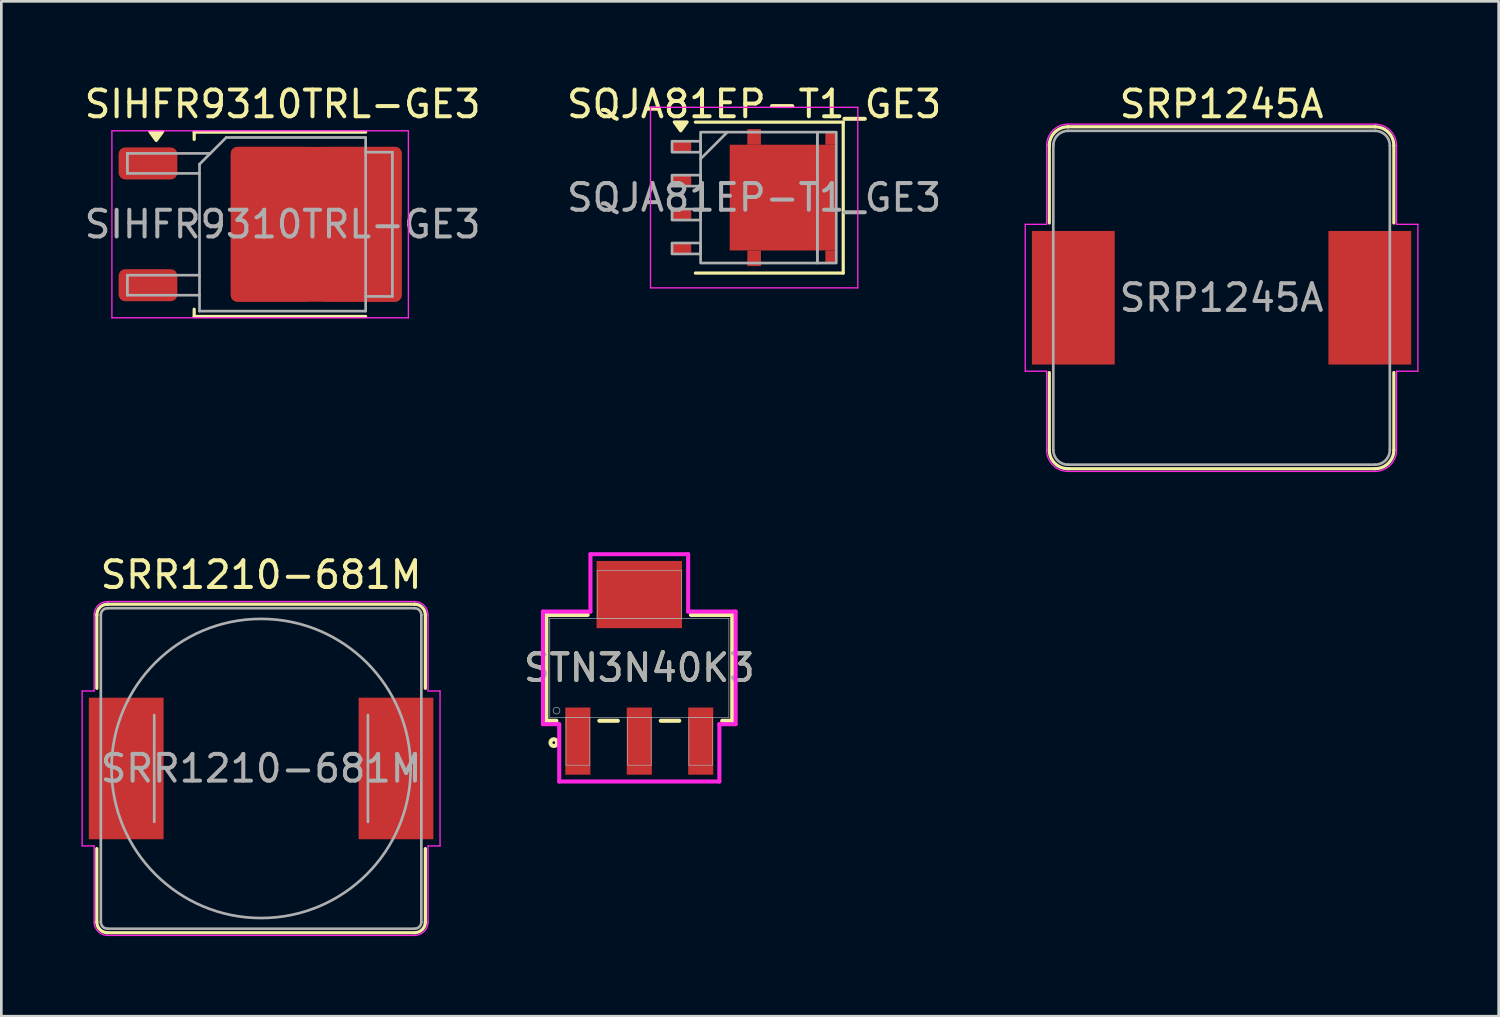
<source format=kicad_pcb>
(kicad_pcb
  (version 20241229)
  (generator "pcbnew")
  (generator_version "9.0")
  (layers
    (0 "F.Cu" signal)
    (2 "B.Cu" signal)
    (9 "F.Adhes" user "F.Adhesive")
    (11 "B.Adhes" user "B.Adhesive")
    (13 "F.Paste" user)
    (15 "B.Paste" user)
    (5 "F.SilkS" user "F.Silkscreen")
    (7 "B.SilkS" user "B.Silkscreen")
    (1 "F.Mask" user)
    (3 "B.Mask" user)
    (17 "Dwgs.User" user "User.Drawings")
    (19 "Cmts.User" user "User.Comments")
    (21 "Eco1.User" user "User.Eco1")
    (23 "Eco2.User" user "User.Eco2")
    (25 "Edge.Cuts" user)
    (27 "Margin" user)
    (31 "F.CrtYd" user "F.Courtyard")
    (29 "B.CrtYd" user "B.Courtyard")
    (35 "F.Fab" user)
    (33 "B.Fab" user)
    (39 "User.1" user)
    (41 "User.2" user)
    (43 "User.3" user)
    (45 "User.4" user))
  (footprint "SQJA81EP-T1_GE3"
    (layer "F.Cu")
    (at 25.185 4.348)
    (property "Reference" "SQJA81EP-T1_GE3" (at 0 -3.5 0) (layer "F.SilkS") (effects (font (size 1 1) (thickness 0.15))))
    (attr smd)
    (fp_line (start -2.2 -2.825) (end 3.335 -2.825) (stroke (width 0.12) (type solid)) (layer "F.SilkS"))
    (fp_line (start -2.2 2.825) (end 3.335 2.825) (stroke (width 0.12) (type solid)) (layer "F.SilkS"))
    (fp_line (start 3.335 -2.825) (end 3.335 2.825) (stroke (width 0.12) (type solid)) (layer "F.SilkS"))
    (fp_poly (pts (xy -2.75 -2.5) (xy -2.51 -2.83) (xy -2.99 -2.83) (xy -2.75 -2.5)) (stroke (width 0.12) (type solid)) (fill yes) (layer "F.SilkS"))
    (fp_line (start -3.88 -3.38) (end -3.88 3.38) (stroke (width 0.05) (type solid)) (layer "F.CrtYd"))
    (fp_line (start -3.88 -3.38) (end 3.88 -3.38) (stroke (width 0.05) (type solid)) (layer "F.CrtYd"))
    (fp_line (start -3.88 3.38) (end 3.88 3.38) (stroke (width 0.05) (type solid)) (layer "F.CrtYd"))
    (fp_line (start 3.88 -3.38) (end 3.88 3.38) (stroke (width 0.05) (type solid)) (layer "F.CrtYd"))
    (fp_line (start -2.005 -1.45) (end -1.005 -2.45) (stroke (width 0.1) (type default)) (layer "F.Fab"))
    (fp_rect (start -3.075 -2.11) (end -2.005 -1.7) (stroke (width 0.1) (type default)) (fill no) (layer "F.Fab"))
    (fp_rect (start -3.075 -0.84) (end -2.005 -0.43) (stroke (width 0.1) (type default)) (fill no) (layer "F.Fab"))
    (fp_rect (start -3.075 0.43) (end -2.005 0.84) (stroke (width 0.1) (type default)) (fill no) (layer "F.Fab"))
    (fp_rect (start -3.075 1.7) (end -2.005 2.11) (stroke (width 0.1) (type default)) (fill no) (layer "F.Fab"))
    (fp_rect (start -2.005 -2.45) (end 2.365 2.45) (stroke (width 0.1) (type default)) (fill no) (layer "F.Fab"))
    (fp_rect (start 2.365 -2.45) (end 3.075 2.45) (stroke (width 0.1) (type default)) (fill no) (layer "F.Fab"))
    (fp_text user "${REFERENCE}" (at 0 0 0) (layer "F.Fab") (effects (font (size 1 1) (thickness 0.15))))
    (pad "" smd roundrect (at 0.107 -0.965) (size 1.645 1.63) (layers "F.Paste") (roundrect_rratio 0.25))
    (pad "" smd roundrect (at 0.107 0.965) (size 1.645 1.63) (layers "F.Paste") (roundrect_rratio 0.25))
    (pad "" smd roundrect (at 2.053 -0.965) (size 1.645 1.63) (layers "F.Paste") (roundrect_rratio 0.25))
    (pad "" smd roundrect (at 2.053 0.965) (size 1.645 1.63) (layers "F.Paste") (roundrect_rratio 0.25))
    (pad "1" smd rect (at 0 -2.272) (size 0.51 0.585) (layers "F.Cu" "F.Mask" "F.Paste"))
    (pad "1" smd rect (at 0 2.272) (size 0.51 0.585) (layers "F.Cu" "F.Mask" "F.Paste"))
    (pad "1" smd rect (at 1.08 0) (size 3.99 3.96) (layers "F.Cu" "F.Mask"))
    (pad "1" smd rect (at 2.87 -2.215) (size 0.41 0.47) (layers "F.Cu" "F.Mask" "F.Paste"))
    (pad "1" smd rect (at 2.87 2.215) (size 0.41 0.47) (layers "F.Cu" "F.Mask" "F.Paste"))
    (pad "2" smd roundrect (at -2.715 1.905) (size 0.72 0.41) (layers "F.Cu" "F.Mask" "F.Paste") (roundrect_rratio 0.25))
    (pad "3" smd roundrect (at -2.715 -1.905) (size 0.72 0.41) (layers "F.Cu" "F.Mask" "F.Paste") (roundrect_rratio 0.25))
    (pad "3" smd roundrect (at -2.715 -0.635) (size 0.72 0.41) (layers "F.Cu" "F.Mask" "F.Paste") (roundrect_rratio 0.25))
    (pad "3" smd roundrect (at -2.715 0.635) (size 0.72 0.41) (layers "F.Cu" "F.Mask" "F.Paste") (roundrect_rratio 0.25)))
  (footprint "SRR1210-681M"
    (layer "F.Cu")
    (at 6.725 25.721)
    (property "Reference" "SRR1210-681M" (at 0 -7.25 0) (layer "F.SilkS") (effects (font (size 1 1) (thickness 0.15))))
    (attr smd)
    (fp_line (start -6.15 -5.75) (end -6.15 -3) (stroke (width 0.12) (type solid)) (layer "F.SilkS"))
    (fp_line (start -6.15 3) (end -6.15 5.75) (stroke (width 0.12) (type solid)) (layer "F.SilkS"))
    (fp_line (start -5.75 -6.15) (end 5.75 -6.15) (stroke (width 0.12) (type solid)) (layer "F.SilkS"))
    (fp_line (start 5.75 6.15) (end -5.75 6.15) (stroke (width 0.12) (type solid)) (layer "F.SilkS"))
    (fp_line (start 6.15 -5.75) (end 6.15 -3) (stroke (width 0.12) (type solid)) (layer "F.SilkS"))
    (fp_line (start 6.15 3) (end 6.15 5.75) (stroke (width 0.12) (type solid)) (layer "F.SilkS"))
    (fp_arc (start -6.15 -5.75) (mid -6.032843 -6.032843) (end -5.75 -6.15) (stroke (width 0.12) (type solid)) (layer "F.SilkS"))
    (fp_arc (start -5.75 6.15) (mid -6.032843 6.032843) (end -6.15 5.75) (stroke (width 0.12) (type solid)) (layer "F.SilkS"))
    (fp_arc (start 5.75 -6.15) (mid 6.032843 -6.032843) (end 6.15 -5.75) (stroke (width 0.12) (type solid)) (layer "F.SilkS"))
    (fp_arc (start 6.15 5.75) (mid 6.032843 6.032843) (end 5.75 6.15) (stroke (width 0.12) (type solid)) (layer "F.SilkS"))
    (fp_line (start -6.7 -2.9) (end -6.7 2.9) (stroke (width 0.05) (type solid)) (layer "F.CrtYd"))
    (fp_line (start -6.7 -2.9) (end -6.25 -2.9) (stroke (width 0.05) (type solid)) (layer "F.CrtYd"))
    (fp_line (start -6.25 -5.75) (end -6.25 -2.9) (stroke (width 0.05) (type solid)) (layer "F.CrtYd"))
    (fp_line (start -6.25 2.9) (end -6.7 2.9) (stroke (width 0.05) (type solid)) (layer "F.CrtYd"))
    (fp_line (start -6.25 5.75) (end -6.25 2.9) (stroke (width 0.05) (type solid)) (layer "F.CrtYd"))
    (fp_line (start -5.75 -6.25) (end 5.75 -6.25) (stroke (width 0.05) (type solid)) (layer "F.CrtYd"))
    (fp_line (start 5.75 6.25) (end -5.75 6.25) (stroke (width 0.05) (type solid)) (layer "F.CrtYd"))
    (fp_line (start 6.25 -5.75) (end 6.25 -2.9) (stroke (width 0.05) (type solid)) (layer "F.CrtYd"))
    (fp_line (start 6.25 2.9) (end 6.25 5.75) (stroke (width 0.05) (type solid)) (layer "F.CrtYd"))
    (fp_line (start 6.7 -2.9) (end 6.25 -2.9) (stroke (width 0.05) (type solid)) (layer "F.CrtYd"))
    (fp_line (start 6.7 -2.9) (end 6.7 2.9) (stroke (width 0.05) (type solid)) (layer "F.CrtYd"))
    (fp_line (start 6.7 2.9) (end 6.25 2.9) (stroke (width 0.05) (type solid)) (layer "F.CrtYd"))
    (fp_arc (start -6.25 -5.75) (mid -6.103553 -6.103553) (end -5.75 -6.25) (stroke (width 0.05) (type solid)) (layer "F.CrtYd"))
    (fp_arc (start -5.75 6.25) (mid -6.103553 6.103553) (end -6.25 5.75) (stroke (width 0.05) (type solid)) (layer "F.CrtYd"))
    (fp_arc (start 5.75 -6.25) (mid 6.103553 -6.103553) (end 6.25 -5.75) (stroke (width 0.05) (type solid)) (layer "F.CrtYd"))
    (fp_arc (start 6.25 5.75) (mid 6.103553 6.103553) (end 5.75 6.25) (stroke (width 0.05) (type solid)) (layer "F.CrtYd"))
    (fp_line (start -6 -5.75) (end -6 5.75) (stroke (width 0.1) (type solid)) (layer "F.Fab"))
    (fp_line (start -5.75 -6) (end 5.75 -6) (stroke (width 0.1) (type solid)) (layer "F.Fab"))
    (fp_line (start -4 2) (end -4 -2) (stroke (width 0.1) (type solid)) (layer "F.Fab"))
    (fp_line (start 4 -2) (end 4 2) (stroke (width 0.1) (type solid)) (layer "F.Fab"))
    (fp_line (start 5.75 6) (end -5.75 6) (stroke (width 0.1) (type solid)) (layer "F.Fab"))
    (fp_line (start 6 -5.75) (end 6 5.75) (stroke (width 0.1) (type solid)) (layer "F.Fab"))
    (fp_arc (start -6 -5.75) (mid -5.926777 -5.926777) (end -5.75 -6) (stroke (width 0.1) (type solid)) (layer "F.Fab"))
    (fp_arc (start -5.75 6) (mid -5.926777 5.926777) (end -6 5.75) (stroke (width 0.1) (type solid)) (layer "F.Fab"))
    (fp_arc (start 5.75 -6) (mid 5.926777 -5.926777) (end 6 -5.75) (stroke (width 0.1) (type solid)) (layer "F.Fab"))
    (fp_arc (start 6 5.75) (mid 5.926777 5.926777) (end 5.75 6) (stroke (width 0.1) (type solid)) (layer "F.Fab"))
    (fp_circle (center 0 0) (end 0 -5.6) (stroke (width 0.1) (type solid)) (fill no) (layer "F.Fab"))
    (fp_text user "${REFERENCE}" (at 0 0 0) (layer "F.Fab") (effects (font (size 1 1) (thickness 0.15))))
    (pad "1" smd rect (at -5.05 0) (size 2.8 5.3) (layers "F.Cu" "F.Mask" "F.Paste"))
    (pad "2" smd rect (at 5.05 0) (size 2.8 5.3) (layers "F.Cu" "F.Mask" "F.Paste")))
  (footprint "SIHFR9310TRL-GE3"
    (layer "F.Cu")
    (at 7.53 5.348)
    (property "Reference" "SIHFR9310TRL-GE3" (at 0 -4.5 0) (layer "F.SilkS") (effects (font (size 1 1) (thickness 0.15))))
    (attr smd)
    (fp_line (start -3.31 -3.45) (end -3.31 -3.18) (stroke (width 0.12) (type solid)) (layer "F.SilkS"))
    (fp_line (start -3.31 3.45) (end -3.31 3.18) (stroke (width 0.12) (type solid)) (layer "F.SilkS"))
    (fp_line (start 3.11 -3.45) (end -3.31 -3.45) (stroke (width 0.12) (type solid)) (layer "F.SilkS"))
    (fp_line (start 3.11 3.45) (end -3.31 3.45) (stroke (width 0.12) (type solid)) (layer "F.SilkS"))
    (fp_poly (pts (xy -4.73 -3.14) (xy -4.97 -3.47) (xy -4.49 -3.47) (xy -4.73 -3.14)) (stroke (width 0.12) (type solid)) (fill yes) (layer "F.SilkS"))
    (fp_line (start -6.39 -3.5) (end -6.39 3.5) (stroke (width 0.05) (type solid)) (layer "F.CrtYd"))
    (fp_line (start -6.39 3.5) (end 4.71 3.5) (stroke (width 0.05) (type solid)) (layer "F.CrtYd"))
    (fp_line (start 4.71 -3.5) (end -6.39 -3.5) (stroke (width 0.05) (type solid)) (layer "F.CrtYd"))
    (fp_line (start 4.71 3.5) (end 4.71 -3.5) (stroke (width 0.05) (type solid)) (layer "F.CrtYd"))
    (fp_line (start -5.81 -2.655) (end -5.81 -1.905) (stroke (width 0.1) (type solid)) (layer "F.Fab"))
    (fp_line (start -5.81 -1.905) (end -3.11 -1.905) (stroke (width 0.1) (type solid)) (layer "F.Fab"))
    (fp_line (start -5.81 1.905) (end -5.81 2.655) (stroke (width 0.1) (type solid)) (layer "F.Fab"))
    (fp_line (start -5.81 2.655) (end -3.11 2.655) (stroke (width 0.1) (type solid)) (layer "F.Fab"))
    (fp_line (start -3.11 -2.25) (end -2.11 -3.25) (stroke (width 0.1) (type solid)) (layer "F.Fab"))
    (fp_line (start -3.11 1.905) (end -5.81 1.905) (stroke (width 0.1) (type solid)) (layer "F.Fab"))
    (fp_line (start -3.11 3.25) (end -3.11 -2.25) (stroke (width 0.1) (type solid)) (layer "F.Fab"))
    (fp_line (start -2.705 -2.655) (end -5.81 -2.655) (stroke (width 0.1) (type solid)) (layer "F.Fab"))
    (fp_line (start -2.11 -3.25) (end 3.11 -3.25) (stroke (width 0.1) (type solid)) (layer "F.Fab"))
    (fp_line (start 3.11 -3.25) (end 3.11 3.25) (stroke (width 0.1) (type solid)) (layer "F.Fab"))
    (fp_line (start 3.11 -2.7) (end 4.11 -2.7) (stroke (width 0.1) (type solid)) (layer "F.Fab"))
    (fp_line (start 3.11 3.25) (end -3.11 3.25) (stroke (width 0.1) (type solid)) (layer "F.Fab"))
    (fp_line (start 4.11 -2.7) (end 4.11 2.7) (stroke (width 0.1) (type solid)) (layer "F.Fab"))
    (fp_line (start 4.11 2.7) (end 3.11 2.7) (stroke (width 0.1) (type solid)) (layer "F.Fab"))
    (fp_text user "${REFERENCE}" (at 0 0 0) (layer "F.Fab") (effects (font (size 1 1) (thickness 0.15))))
    (pad "1" smd roundrect (at -0.415 -1.525) (size 3.05 2.75) (layers "F.Cu" "F.Paste") (roundrect_rratio 0.091))
    (pad "1" smd roundrect (at -0.415 1.525) (size 3.05 2.75) (layers "F.Cu" "F.Paste") (roundrect_rratio 0.091))
    (pad "1" smd roundrect (at 1.26 0) (size 6.4 5.8) (layers "F.Cu" "F.Mask") (roundrect_rratio 0.043))
    (pad "1" smd roundrect (at 2.935 -1.525) (size 3.05 2.75) (layers "F.Cu" "F.Paste") (roundrect_rratio 0.091))
    (pad "1" smd roundrect (at 2.935 1.525) (size 3.05 2.75) (layers "F.Cu" "F.Paste") (roundrect_rratio 0.091))
    (pad "2" smd roundrect (at -5.04 -2.28) (size 2.2 1.2) (layers "F.Cu" "F.Mask" "F.Paste") (roundrect_rratio 0.208))
    (pad "3" smd roundrect (at -5.04 2.28) (size 2.2 1.2) (layers "F.Cu" "F.Mask" "F.Paste") (roundrect_rratio 0.208)))
  (footprint "SRP1245A"
    (layer "F.Cu")
    (at 42.685 8.098)
    (property "Reference" "SRP1245A" (at 0 -7.25 0) (layer "F.SilkS") (effects (font (size 1 1) (thickness 0.15))))
    (attr smd)
    (fp_line (start -6.45 -5.75) (end -6.45 -2.8) (stroke (width 0.12) (type solid)) (layer "F.SilkS"))
    (fp_line (start -6.45 2.8) (end -6.45 5.7) (stroke (width 0.12) (type solid)) (layer "F.SilkS"))
    (fp_line (start -5.75 -6.4) (end 5.75 -6.4) (stroke (width 0.12) (type solid)) (layer "F.SilkS"))
    (fp_line (start 5.75 6.4) (end -5.75 6.4) (stroke (width 0.12) (type solid)) (layer "F.SilkS"))
    (fp_line (start 6.45 -5.7) (end 6.45 -2.8) (stroke (width 0.12) (type solid)) (layer "F.SilkS"))
    (fp_line (start 6.45 2.8) (end 6.45 5.7) (stroke (width 0.12) (type solid)) (layer "F.SilkS"))
    (fp_arc (start -6.45 -5.7) (mid -6.244975 -6.194975) (end -5.75 -6.4) (stroke (width 0.12) (type solid)) (layer "F.SilkS"))
    (fp_arc (start -5.75 6.4) (mid -6.244975 6.194975) (end -6.45 5.7) (stroke (width 0.12) (type solid)) (layer "F.SilkS"))
    (fp_arc (start 5.75 -6.4) (mid 6.244975 -6.194975) (end 6.45 -5.7) (stroke (width 0.12) (type solid)) (layer "F.SilkS"))
    (fp_arc (start 6.45 5.7) (mid 6.244975 6.194975) (end 5.75 6.4) (stroke (width 0.12) (type solid)) (layer "F.SilkS"))
    (fp_line (start -7.35 -2.75) (end -6.55 -2.75) (stroke (width 0.05) (type solid)) (layer "F.CrtYd"))
    (fp_line (start -7.35 2.75) (end -7.35 -2.75) (stroke (width 0.05) (type solid)) (layer "F.CrtYd"))
    (fp_line (start -7.35 2.75) (end -6.55 2.75) (stroke (width 0.05) (type solid)) (layer "F.CrtYd"))
    (fp_line (start -6.55 -2.75) (end -6.55 -5.7) (stroke (width 0.05) (type solid)) (layer "F.CrtYd"))
    (fp_line (start -6.55 5.7) (end -6.55 2.75) (stroke (width 0.05) (type solid)) (layer "F.CrtYd"))
    (fp_line (start -5.75 -6.5) (end 5.75 -6.5) (stroke (width 0.05) (type solid)) (layer "F.CrtYd"))
    (fp_line (start 5.75 6.5) (end -5.75 6.5) (stroke (width 0.05) (type solid)) (layer "F.CrtYd"))
    (fp_line (start 6.55 -5.7) (end 6.55 -2.75) (stroke (width 0.05) (type solid)) (layer "F.CrtYd"))
    (fp_line (start 6.55 2.75) (end 6.55 5.7) (stroke (width 0.05) (type solid)) (layer "F.CrtYd"))
    (fp_line (start 7.35 -2.75) (end 6.55 -2.75) (stroke (width 0.05) (type solid)) (layer "F.CrtYd"))
    (fp_line (start 7.35 -2.75) (end 7.35 2.75) (stroke (width 0.05) (type solid)) (layer "F.CrtYd"))
    (fp_line (start 7.35 2.75) (end 6.55 2.75) (stroke (width 0.05) (type solid)) (layer "F.CrtYd"))
    (fp_arc (start -6.55 -5.7) (mid -6.315685 -6.265685) (end -5.75 -6.5) (stroke (width 0.05) (type solid)) (layer "F.CrtYd"))
    (fp_arc (start -5.75 6.5) (mid -6.315685 6.265685) (end -6.55 5.7) (stroke (width 0.05) (type solid)) (layer "F.CrtYd"))
    (fp_arc (start 5.75 -6.5) (mid 6.315685 -6.265685) (end 6.55 -5.7) (stroke (width 0.05) (type solid)) (layer "F.CrtYd"))
    (fp_arc (start 6.55 5.7) (mid 6.315685 6.265685) (end 5.75 6.5) (stroke (width 0.05) (type solid)) (layer "F.CrtYd"))
    (fp_line (start -6.3 -5.75) (end -6.3 5.7) (stroke (width 0.1) (type solid)) (layer "F.Fab"))
    (fp_line (start -5.75 -6.25) (end 5.75 -6.25) (stroke (width 0.1) (type solid)) (layer "F.Fab"))
    (fp_line (start 5.75 6.25) (end -5.75 6.25) (stroke (width 0.1) (type solid)) (layer "F.Fab"))
    (fp_line (start 6.3 -5.7) (end 6.3 5.7) (stroke (width 0.1) (type solid)) (layer "F.Fab"))
    (fp_arc (start -6.3 -5.7) (mid -6.138909 -6.088909) (end -5.75 -6.25) (stroke (width 0.1) (type solid)) (layer "F.Fab"))
    (fp_arc (start -5.75 6.25) (mid -6.138909 6.088909) (end -6.3 5.7) (stroke (width 0.1) (type solid)) (layer "F.Fab"))
    (fp_arc (start 5.75 -6.25) (mid 6.138909 -6.088909) (end 6.3 -5.7) (stroke (width 0.1) (type solid)) (layer "F.Fab"))
    (fp_arc (start 6.3 5.7) (mid 6.138909 6.088909) (end 5.75 6.25) (stroke (width 0.1) (type solid)) (layer "F.Fab"))
    (fp_text user "${REFERENCE}" (at 0 0 0) (layer "F.Fab") (effects (font (size 1 1) (thickness 0.15))))
    (pad "1" smd rect (at -5.55 0) (size 3.1 5) (layers "F.Cu" "F.Mask" "F.Paste"))
    (pad "2" smd rect (at 5.55 0) (size 3.1 5) (layers "F.Cu" "F.Mask" "F.Paste")))
  (footprint "STN3N40K3"
    (layer "F.Cu")
    (at 20.885 21.954)
    (property "Reference" "STN3N40K3" (at 0 0 0) (unlocked yes) (layer "F.SilkS") (effects (font (size 1 1) (thickness 0.15))))
    (attr smd)
    (fp_line (start -3.48 -1.981) (end -3.48 1.981) (stroke (width 0.152) (type solid)) (layer "F.SilkS"))
    (fp_line (start -3.48 1.981) (end -3.103 1.981) (stroke (width 0.152) (type solid)) (layer "F.SilkS"))
    (fp_line (start -1.933 -1.981) (end -3.48 -1.981) (stroke (width 0.152) (type solid)) (layer "F.SilkS"))
    (fp_line (start -1.497 1.981) (end -0.803 1.981) (stroke (width 0.152) (type solid)) (layer "F.SilkS"))
    (fp_line (start 0.803 1.981) (end 1.497 1.981) (stroke (width 0.152) (type solid)) (layer "F.SilkS"))
    (fp_line (start 3.103 1.981) (end 3.48 1.981) (stroke (width 0.152) (type solid)) (layer "F.SilkS"))
    (fp_line (start 3.48 -1.981) (end 1.933 -1.981) (stroke (width 0.152) (type solid)) (layer "F.SilkS"))
    (fp_line (start 3.48 1.981) (end 3.48 -1.981) (stroke (width 0.152) (type solid)) (layer "F.SilkS"))
    (fp_circle (center -3.2 2.8) (end -3.073 2.8) (stroke (width 0.152) (type solid)) (fill no) (layer "F.SilkS"))
    (fp_line (start -3.607 -2.108) (end -1.829 -2.108) (stroke (width 0.152) (type solid)) (layer "F.CrtYd"))
    (fp_line (start -3.607 2.108) (end -3.607 -2.108) (stroke (width 0.152) (type solid)) (layer "F.CrtYd"))
    (fp_line (start -2.998 2.108) (end -3.607 2.108) (stroke (width 0.152) (type solid)) (layer "F.CrtYd"))
    (fp_line (start -2.998 4.255) (end -2.998 2.108) (stroke (width 0.152) (type solid)) (layer "F.CrtYd"))
    (fp_line (start -1.829 -4.255) (end 1.829 -4.255) (stroke (width 0.152) (type solid)) (layer "F.CrtYd"))
    (fp_line (start -1.829 -2.108) (end -1.829 -4.255) (stroke (width 0.152) (type solid)) (layer "F.CrtYd"))
    (fp_line (start 1.829 -4.255) (end 1.829 -2.108) (stroke (width 0.152) (type solid)) (layer "F.CrtYd"))
    (fp_line (start 1.829 -2.108) (end 3.607 -2.108) (stroke (width 0.152) (type solid)) (layer "F.CrtYd"))
    (fp_line (start 2.998 2.108) (end 2.998 4.255) (stroke (width 0.152) (type solid)) (layer "F.CrtYd"))
    (fp_line (start 2.998 4.255) (end -2.998 4.255) (stroke (width 0.152) (type solid)) (layer "F.CrtYd"))
    (fp_line (start 3.607 -2.108) (end 3.607 2.108) (stroke (width 0.152) (type solid)) (layer "F.CrtYd"))
    (fp_line (start 3.607 2.108) (end 2.998 2.108) (stroke (width 0.152) (type solid)) (layer "F.CrtYd"))
    (fp_line (start -3.353 -1.854) (end -3.353 1.854) (stroke (width 0.025) (type solid)) (layer "F.Fab"))
    (fp_line (start -3.353 1.854) (end 3.353 1.854) (stroke (width 0.025) (type solid)) (layer "F.Fab"))
    (fp_line (start -2.744 1.854) (end -2.744 3.645) (stroke (width 0.025) (type solid)) (layer "F.Fab"))
    (fp_line (start -2.744 3.645) (end -1.855 3.645) (stroke (width 0.025) (type solid)) (layer "F.Fab"))
    (fp_line (start -1.855 1.854) (end -2.744 1.854) (stroke (width 0.025) (type solid)) (layer "F.Fab"))
    (fp_line (start -1.855 3.645) (end -1.855 1.854) (stroke (width 0.025) (type solid)) (layer "F.Fab"))
    (fp_line (start -1.575 -3.645) (end -1.575 -1.854) (stroke (width 0.025) (type solid)) (layer "F.Fab"))
    (fp_line (start -1.575 -1.854) (end 1.575 -1.854) (stroke (width 0.025) (type solid)) (layer "F.Fab"))
    (fp_line (start -0.445 1.854) (end -0.445 3.645) (stroke (width 0.025) (type solid)) (layer "F.Fab"))
    (fp_line (start -0.445 3.645) (end 0.445 3.645) (stroke (width 0.025) (type solid)) (layer "F.Fab"))
    (fp_line (start 0.445 1.854) (end -0.445 1.854) (stroke (width 0.025) (type solid)) (layer "F.Fab"))
    (fp_line (start 0.445 3.645) (end 0.445 1.854) (stroke (width 0.025) (type solid)) (layer "F.Fab"))
    (fp_line (start 1.575 -3.645) (end -1.575 -3.645) (stroke (width 0.025) (type solid)) (layer "F.Fab"))
    (fp_line (start 1.575 -1.854) (end 1.575 -3.645) (stroke (width 0.025) (type solid)) (layer "F.Fab"))
    (fp_line (start 1.855 1.854) (end 1.855 3.645) (stroke (width 0.025) (type solid)) (layer "F.Fab"))
    (fp_line (start 1.855 3.645) (end 2.744 3.645) (stroke (width 0.025) (type solid)) (layer "F.Fab"))
    (fp_line (start 2.744 1.854) (end 1.855 1.854) (stroke (width 0.025) (type solid)) (layer "F.Fab"))
    (fp_line (start 2.744 3.645) (end 2.744 1.854) (stroke (width 0.025) (type solid)) (layer "F.Fab"))
    (fp_line (start 3.353 -1.854) (end -3.353 -1.854) (stroke (width 0.025) (type solid)) (layer "F.Fab"))
    (fp_line (start 3.353 1.854) (end 3.353 -1.854) (stroke (width 0.025) (type solid)) (layer "F.Fab"))
    (fp_circle (center -3.099 1.6) (end -2.972 1.6) (stroke (width 0.025) (type solid)) (fill no) (layer "F.Fab"))
    (fp_text user "${REFERENCE}" (at 0 0 0) (unlocked yes) (layer "F.Fab") (effects (font (size 1 1) (thickness 0.15))))
    (pad "1" smd rect (at -2.3 2.743) (size 0.94 2.515) (layers "F.Cu" "F.Mask" "F.Paste"))
    (pad "2" smd rect (at 0 2.743) (size 0.94 2.515) (layers "F.Cu" "F.Mask" "F.Paste"))
    (pad "3" smd rect (at 2.3 2.743) (size 0.94 2.515) (layers "F.Cu" "F.Mask" "F.Paste"))
    (pad "4" smd rect (at 0 -2.743) (size 3.2 2.515) (layers "F.Cu" "F.Mask" "F.Paste")))
  (gr_rect
    (start -3 -3)
    (end 53.06 34.996)
    (stroke (width 0.1) (type default))
    (fill no)
    (layer "Edge.Cuts")))
</source>
